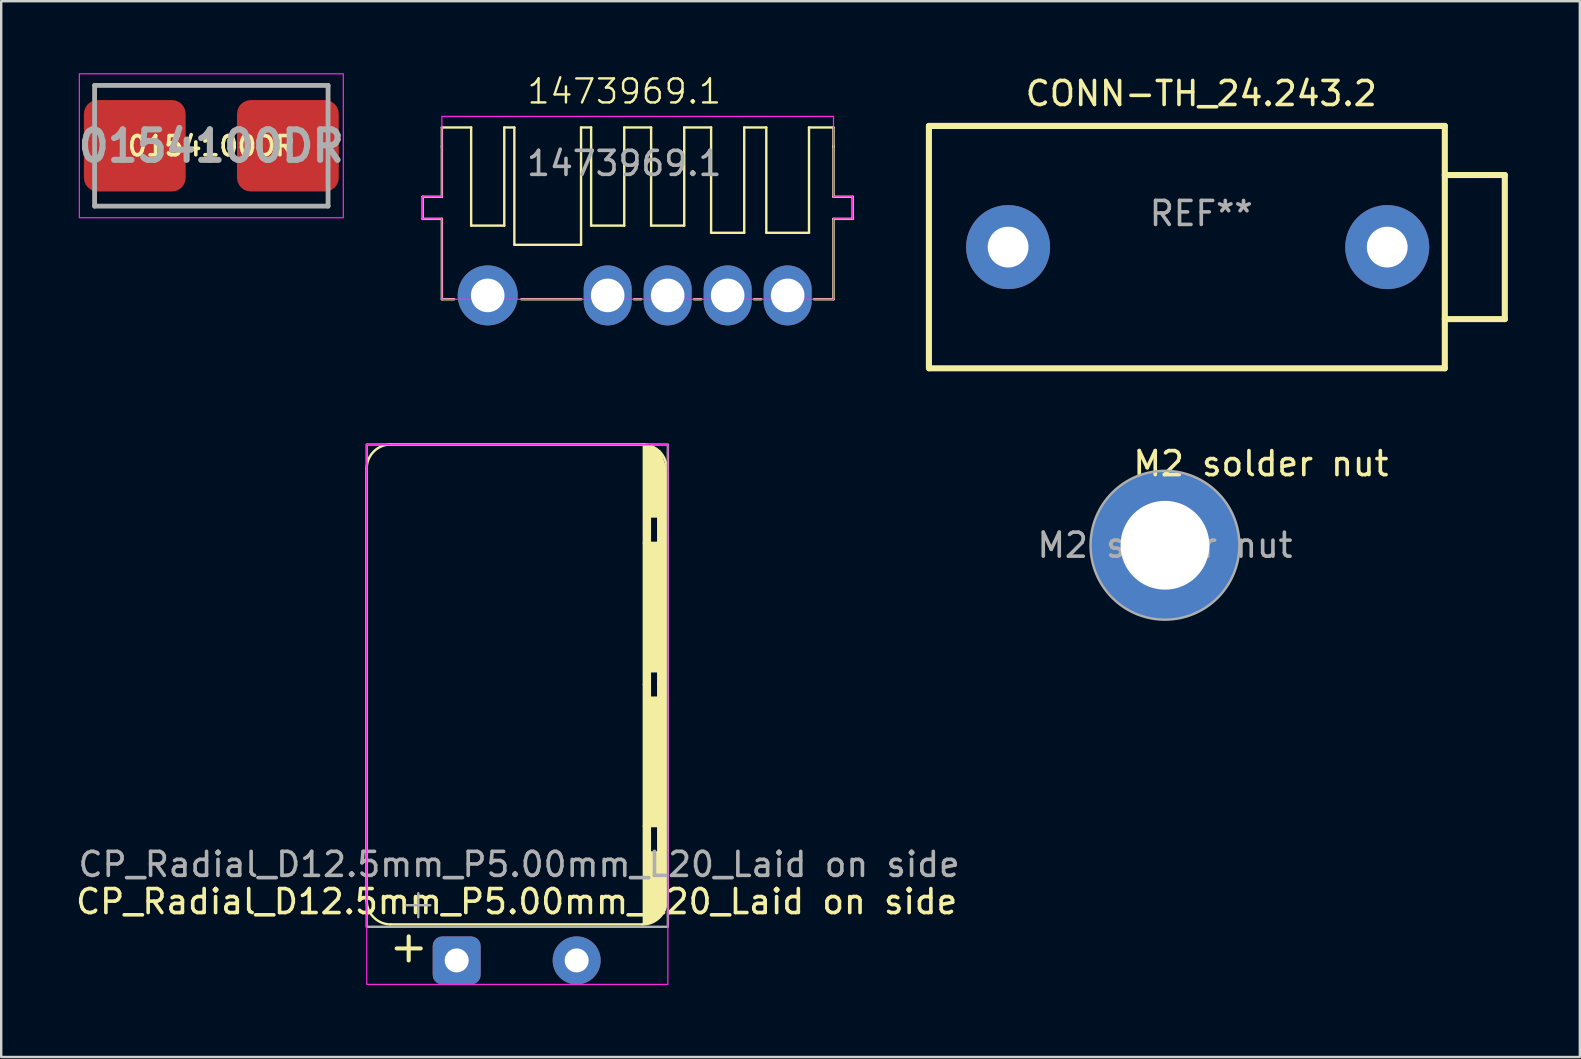
<source format=kicad_pcb>
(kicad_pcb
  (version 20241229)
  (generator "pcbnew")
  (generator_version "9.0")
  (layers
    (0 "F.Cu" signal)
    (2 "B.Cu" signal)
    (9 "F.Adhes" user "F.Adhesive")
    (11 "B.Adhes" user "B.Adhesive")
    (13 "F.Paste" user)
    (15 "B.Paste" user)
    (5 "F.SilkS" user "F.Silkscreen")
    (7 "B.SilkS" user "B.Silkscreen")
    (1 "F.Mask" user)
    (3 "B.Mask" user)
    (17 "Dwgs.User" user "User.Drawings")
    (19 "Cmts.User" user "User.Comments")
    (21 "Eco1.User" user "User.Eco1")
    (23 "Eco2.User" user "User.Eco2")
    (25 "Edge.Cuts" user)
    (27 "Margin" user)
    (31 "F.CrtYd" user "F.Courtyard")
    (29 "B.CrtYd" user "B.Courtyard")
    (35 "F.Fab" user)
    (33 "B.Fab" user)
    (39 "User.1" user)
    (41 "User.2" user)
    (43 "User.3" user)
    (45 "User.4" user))
  (footprint "M2 solder nut"
    (layer "F.Cu")
    (at 45.499 19.673)
    (property "Reference" "M2 solder nut" (at 4 -3.4 0) (unlocked yes) (layer "F.SilkS") (effects (font (size 1 1) (thickness 0.15))))
    (attr smd)
    (fp_poly (pts (arc (start -2.95804 -0.5) (mid -2.12132 -2.12132) (end -0.5 -2.95804)) (arc (start -0.5 -1.936492) (mid -1.414214 -1.414214) (end -1.936492 -0.5))) (stroke (width 0.2) (type solid)) (fill yes) (layer "F.Paste"))
    (fp_poly (pts (arc (start -2.95804 0.5) (mid -2.12132 2.12132) (end -0.5 2.95804)) (arc (start -0.5 1.936492) (mid -1.414214 1.414214) (end -1.936492 0.5))) (stroke (width 0.2) (type solid)) (fill yes) (layer "F.Paste"))
    (fp_poly (pts (arc (start 2.95804 -0.5) (mid 2.12132 -2.12132) (end 0.5 -2.95804)) (arc (start 0.5 -1.936492) (mid 1.414214 -1.414214) (end 1.936492 -0.5))) (stroke (width 0.2) (type solid)) (fill yes) (layer "F.Paste"))
    (fp_poly (pts (arc (start 2.95804 0.5) (mid 2.12132 2.12132) (end 0.5 2.95804)) (arc (start 0.5 1.936492) (mid 1.414214 1.414214) (end 1.936492 0.5))) (stroke (width 0.2) (type solid)) (fill yes) (layer "F.Paste"))
    (fp_circle (center 0 0) (end 3.1 0.1) (stroke (width 0.1) (type default)) (fill no) (layer "F.Fab"))
    (fp_text user "${REFERENCE}" (at 0 0 0) (unlocked yes) (layer "F.Fab") (effects (font (size 1 1) (thickness 0.15))))
    (pad "1" thru_hole circle (at 0 0) (size 6.2 6.2) (drill 3.7) (property pad_prop_heatsink) (layers "*.Cu" "*.Mask")))
  (footprint "CP_Radial_D12.5mm_P5.00mm_L20_Laid on side"
    (layer "F.Cu")
    (at 15.982 36.975)
    (property "Reference" "CP_Radial_D12.5mm_P5.00mm_L20_Laid on side" (at 2.5 -2.45 0) (layer "F.SilkS") (effects (font (size 1 1) (thickness 0.15))))
    (attr through_hole)
    (fp_line (start -3.75 -2.5) (end -3.75 -20.5) (stroke (width 0.1) (type default)) (layer "F.SilkS"))
    (fp_line (start -2.75 -21.5) (end 7.75 -21.5) (stroke (width 0.1) (type default)) (layer "F.SilkS"))
    (fp_line (start -2.5 -0.5) (end -1.5 -0.5) (stroke (width 0.17) (type solid)) (layer "F.SilkS"))
    (fp_line (start -2 -1) (end -2 0) (stroke (width 0.17) (type solid)) (layer "F.SilkS"))
    (fp_line (start 7.75 -1.5) (end -2.75 -1.5) (stroke (width 0.1) (type default)) (layer "F.SilkS"))
    (fp_line (start 8.75 -20.5) (end 8.75 -2.5) (stroke (width 0.1) (type default)) (layer "F.SilkS"))
    (fp_arc (start -3.75 -20.5) (mid -3.457107 -21.207107) (end -2.75 -21.5) (stroke (width 0.1) (type default)) (layer "F.SilkS"))
    (fp_arc (start -2.75 -1.5) (mid -3.457107 -1.792893) (end -3.75 -2.5) (stroke (width 0.1) (type default)) (layer "F.SilkS"))
    (fp_arc (start 7.75 -21.5) (mid 8.457107 -21.207107) (end 8.75 -20.5) (stroke (width 0.1) (type default)) (layer "F.SilkS"))
    (fp_arc (start 8.75 -2.5) (mid 8.457107 -1.792893) (end 7.75 -1.5) (stroke (width 0.1) (type default)) (layer "F.SilkS"))
    (fp_poly (pts (xy 8.05 -11.5) (xy 8.05 -12.05) (xy 8.4 -12.05) (xy 8.4 -11.5) (xy 8.7 -11.5) (xy 8.7 -17.4) (xy 7.8 -17.4) (xy 7.8 -11.5)) (stroke (width 0.1) (type solid)) (fill yes) (layer "F.SilkS"))
    (fp_poly (pts (xy 8.05 -11.5) (xy 8.05 -10.95) (xy 8.4 -10.95) (xy 8.4 -11.5) (xy 8.7 -11.5) (xy 8.7 -5.6) (xy 7.8 -5.6) (xy 7.8 -11.5)) (stroke (width 0.1) (type solid)) (fill yes) (layer "F.SilkS"))
    (fp_poly (pts (xy 8.4 -17.4) (xy 8.7 -17.4) (xy 8.7 -20.5) (xy 8.457 -21.207) (xy 7.8 -21.5) (xy 7.8 -17.4) (xy 8.05 -17.4) (xy 8.05 -18.5) (xy 8.4 -18.5)) (stroke (width 0.1) (type solid)) (fill yes) (layer "F.SilkS"))
    (fp_poly (pts (xy 8.4 -5.6) (xy 8.7 -5.6) (xy 8.7 -2.5) (xy 8.65 -2.1) (xy 8.3 -1.7) (xy 7.8 -1.55) (xy 7.8 -5.6) (xy 8.05 -5.6) (xy 8.05 -4.5) (xy 8.4 -4.5)) (stroke (width 0.1) (type solid)) (fill yes) (layer "F.SilkS"))
    (fp_rect (start -3.75 -21.5) (end 8.8 1) (stroke (width 0.05) (type default)) (fill no) (layer "F.CrtYd"))
    (fp_line (start -2.1 -2.3) (end -1.1 -2.3) (stroke (width 0.1) (type solid)) (layer "F.Fab"))
    (fp_line (start -1.6 -2.8) (end -1.6 -1.8) (stroke (width 0.1) (type solid)) (layer "F.Fab"))
    (fp_rect (start -3.75 -21.5) (end 8.8 -1.4) (stroke (width 0.1) (type default)) (fill no) (layer "F.Fab"))
    (fp_text user "${REFERENCE}" (at 2.6 -4 0) (layer "F.Fab") (effects (font (size 1 1) (thickness 0.15))))
    (pad "1" thru_hole roundrect (at 0 0) (size 2 2) (drill 1) (layers "*.Cu" "*.Mask") (roundrect_rratio 0.2))
    (pad "2" thru_hole circle (at 5 0) (size 2 2) (drill 1) (layers "*.Cu" "*.Mask")))
  (footprint "1473969.1"
    (layer "F.Cu")
    (at 17.275 9.261)
    (property "Reference" "1473969.1" (at 5.69 -8.5 0) (unlocked yes) (layer "F.SilkS") (effects (font (size 1 1) (thickness 0.1))))
    (attr through_hole)
    (fp_line (start -2.71 -4.11) (end -1.91 -4.11) (stroke (width 0.1) (type default)) (layer "F.SilkS"))
    (fp_line (start -2.71 -3.19) (end -2.71 -4.11) (stroke (width 0.1) (type default)) (layer "F.SilkS"))
    (fp_line (start -1.91 -7) (end -0.69 -7) (stroke (width 0.1) (type default)) (layer "F.SilkS"))
    (fp_line (start -1.91 -6.2) (end -1.91 -7) (stroke (width 0.1) (type default)) (layer "F.SilkS"))
    (fp_line (start -1.91 -4.11) (end -1.91 -6.2) (stroke (width 0.1) (type default)) (layer "F.SilkS"))
    (fp_line (start -1.91 -3.19) (end -2.71 -3.19) (stroke (width 0.1) (type default)) (layer "F.SilkS"))
    (fp_line (start -1.91 0.16) (end -1.91 -3.19) (stroke (width 0.1) (type default)) (layer "F.SilkS"))
    (fp_line (start -1.4 0.16) (end -1.91 0.16) (stroke (width 0.1) (type default)) (layer "F.SilkS"))
    (fp_line (start -0.69 -7) (end -0.69 -2.91) (stroke (width 0.1) (type default)) (layer "F.SilkS"))
    (fp_line (start -0.69 -2.91) (end 0.69 -2.91) (stroke (width 0.1) (type default)) (layer "F.SilkS"))
    (fp_line (start 0.69 -7) (end 1.11 -7) (stroke (width 0.1) (type default)) (layer "F.SilkS"))
    (fp_line (start 0.69 -2.91) (end 0.69 -7) (stroke (width 0.1) (type default)) (layer "F.SilkS"))
    (fp_line (start 1.11 -7) (end 1.11 -2.11) (stroke (width 0.1) (type default)) (layer "F.SilkS"))
    (fp_line (start 1.11 -2.11) (end 3.89 -2.11) (stroke (width 0.1) (type default)) (layer "F.SilkS"))
    (fp_line (start 3.89 -7) (end 4.31 -7) (stroke (width 0.1) (type default)) (layer "F.SilkS"))
    (fp_line (start 3.89 -2.11) (end 3.89 -7) (stroke (width 0.1) (type default)) (layer "F.SilkS"))
    (fp_line (start 3.9 0.16) (end 1.4 0.16) (stroke (width 0.1) (type default)) (layer "F.SilkS"))
    (fp_line (start 4.31 -7) (end 4.31 -2.91) (stroke (width 0.1) (type default)) (layer "F.SilkS"))
    (fp_line (start 4.31 -2.91) (end 5.69 -2.91) (stroke (width 0.1) (type default)) (layer "F.SilkS"))
    (fp_line (start 5.69 -7) (end 6.81 -7) (stroke (width 0.1) (type default)) (layer "F.SilkS"))
    (fp_line (start 5.69 -2.91) (end 5.69 -7) (stroke (width 0.1) (type default)) (layer "F.SilkS"))
    (fp_line (start 6.4 0.16) (end 6.1 0.16) (stroke (width 0.1) (type default)) (layer "F.SilkS"))
    (fp_line (start 6.81 -7) (end 6.81 -2.91) (stroke (width 0.1) (type default)) (layer "F.SilkS"))
    (fp_line (start 6.81 -2.91) (end 8.19 -2.91) (stroke (width 0.1) (type default)) (layer "F.SilkS"))
    (fp_line (start 8.19 -7) (end 9.31 -7) (stroke (width 0.1) (type default)) (layer "F.SilkS"))
    (fp_line (start 8.19 -2.91) (end 8.19 -7) (stroke (width 0.1) (type default)) (layer "F.SilkS"))
    (fp_line (start 8.9 0.16) (end 8.6 0.16) (stroke (width 0.1) (type default)) (layer "F.SilkS"))
    (fp_line (start 9.31 -7) (end 9.31 -2.61) (stroke (width 0.1) (type default)) (layer "F.SilkS"))
    (fp_line (start 9.31 -2.61) (end 10.69 -2.61) (stroke (width 0.1) (type default)) (layer "F.SilkS"))
    (fp_line (start 10.69 -2.61) (end 10.69 -7) (stroke (width 0.1) (type default)) (layer "F.SilkS"))
    (fp_line (start 11.4 0.16) (end 11.1 0.16) (stroke (width 0.1) (type default)) (layer "F.SilkS"))
    (fp_line (start 11.61 -7) (end 10.69 -7) (stroke (width 0.1) (type default)) (layer "F.SilkS"))
    (fp_line (start 11.61 -7) (end 11.61 -2.61) (stroke (width 0.1) (type default)) (layer "F.SilkS"))
    (fp_line (start 11.61 -2.61) (end 13.39 -2.61) (stroke (width 0.1) (type default)) (layer "F.SilkS"))
    (fp_line (start 13.39 -7) (end 14.41 -7) (stroke (width 0.1) (type default)) (layer "F.SilkS"))
    (fp_line (start 13.39 -2.61) (end 13.39 -7) (stroke (width 0.1) (type default)) (layer "F.SilkS"))
    (fp_line (start 14.41 -7) (end 14.41 -6.2) (stroke (width 0.1) (type default)) (layer "F.SilkS"))
    (fp_line (start 14.41 -6.2) (end 14.41 -4.11) (stroke (width 0.1) (type default)) (layer "F.SilkS"))
    (fp_line (start 14.41 -4.11) (end 15.21 -4.11) (stroke (width 0.1) (type default)) (layer "F.SilkS"))
    (fp_line (start 14.41 -3.19) (end 14.41 0.16) (stroke (width 0.1) (type default)) (layer "F.SilkS"))
    (fp_line (start 14.41 0.16) (end 13.6 0.16) (stroke (width 0.1) (type default)) (layer "F.SilkS"))
    (fp_line (start 15.21 -4.11) (end 15.21 -3.19) (stroke (width 0.1) (type default)) (layer "F.SilkS"))
    (fp_line (start 15.21 -3.19) (end 14.41 -3.19) (stroke (width 0.1) (type default)) (layer "F.SilkS"))
    (fp_line (start -2.71 -4.11) (end -2.71 -3.19) (stroke (width 0.05) (type default)) (layer "F.CrtYd"))
    (fp_line (start -2.71 -3.19) (end -1.91 -3.19) (stroke (width 0.05) (type default)) (layer "F.CrtYd"))
    (fp_line (start -1.91 -7.46) (end -1.91 -4.11) (stroke (width 0.05) (type default)) (layer "F.CrtYd"))
    (fp_line (start -1.91 -4.11) (end -2.71 -4.11) (stroke (width 0.05) (type default)) (layer "F.CrtYd"))
    (fp_line (start -1.91 -3.19) (end -1.91 0.16) (stroke (width 0.05) (type default)) (layer "F.CrtYd"))
    (fp_line (start -1.91 0.16) (end 14.41 0.16) (stroke (width 0.05) (type default)) (layer "F.CrtYd"))
    (fp_line (start 14.41 -7.46) (end -1.91 -7.46) (stroke (width 0.05) (type default)) (layer "F.CrtYd"))
    (fp_line (start 14.41 -4.11) (end 14.41 -7.46) (stroke (width 0.05) (type default)) (layer "F.CrtYd"))
    (fp_line (start 14.41 -3.19) (end 15.21 -3.19) (stroke (width 0.05) (type default)) (layer "F.CrtYd"))
    (fp_line (start 14.41 0.16) (end 14.41 -3.19) (stroke (width 0.05) (type default)) (layer "F.CrtYd"))
    (fp_line (start 15.21 -4.11) (end 14.41 -4.11) (stroke (width 0.05) (type default)) (layer "F.CrtYd"))
    (fp_line (start 15.21 -3.19) (end 15.21 -4.11) (stroke (width 0.05) (type default)) (layer "F.CrtYd"))
    (fp_text user "${REFERENCE}" (at 5.69 -5.5 0) (unlocked yes) (layer "F.Fab") (effects (font (size 1 1) (thickness 0.15))))
    (pad "1" thru_hole circle (at 0 0) (size 2.5 2.5) (drill 1.4) (layers "*.Cu" "*.Mask"))
    (pad "2" thru_hole oval (at 5 0) (size 2 2.5) (drill 1.4) (layers "*.Cu" "*.Mask"))
    (pad "3" thru_hole oval (at 7.5 0) (size 2 2.5) (drill 1.4) (layers "*.Cu" "*.Mask"))
    (pad "4" thru_hole oval (at 10 0) (size 2 2.5) (drill 1.4) (layers "*.Cu" "*.Mask"))
    (pad "5" thru_hole oval (at 12.5 0) (size 2 2.5) (drill 1.4) (layers "*.Cu" "*.Mask")))
  (footprint "0154100DR"
    (layer "F.Cu")
    (at 5.757 3.025)
    (property "Reference" "0154100DR" (at 0 0.012 0) (layer "F.SilkS") (effects (font (size 0.8 0.8) (thickness 0.15) (bold yes))))
    (attr smd)
    (fp_line (start -4.865 -2.515) (end 4.865 -2.515) (stroke (width 0.1) (type solid)) (layer "F.SilkS"))
    (fp_line (start -4.865 2.54) (end 4.865 2.515) (stroke (width 0.1) (type solid)) (layer "F.SilkS"))
    (fp_rect (start -5.5 -3) (end 5.5 3) (stroke (width 0.05) (type default)) (fill no) (layer "F.CrtYd"))
    (fp_line (start -4.865 -2.515) (end 4.865 -2.515) (stroke (width 0.2) (type solid)) (layer "F.Fab"))
    (fp_line (start -4.865 2.515) (end -4.865 -2.515) (stroke (width 0.2) (type solid)) (layer "F.Fab"))
    (fp_line (start 4.865 -2.515) (end 4.865 2.515) (stroke (width 0.2) (type solid)) (layer "F.Fab"))
    (fp_line (start 4.865 2.515) (end -4.865 2.515) (stroke (width 0.2) (type solid)) (layer "F.Fab"))
    (fp_text user "${REFERENCE}" (at 0 0.012 0) (layer "F.Fab") (effects (font (size 1.27 1.27) (thickness 0.254))))
    (pad "1" smd roundrect (at -3.19 0 90) (size 3.81 4.24) (layers "F.Cu" "F.Mask" "F.Paste") (roundrect_rratio 0.15))
    (pad "2" smd roundrect (at 3.19 0 90) (size 3.81 4.24) (layers "F.Cu" "F.Mask" "F.Paste") (roundrect_rratio 0.15)))
  (footprint "CONN-TH_24.243.2"
    (layer "F.Cu")
    (at 46.862 7.248)
    (property "Reference" "CONN-TH_24.243.2" (at 0.15 -6.4 0) (layer "F.SilkS") (effects (font (size 1 1) (thickness 0.15))))
    (attr through_hole)
    (fp_line (start -11.2 -5.05) (end 10.3 -5.05) (stroke (width 0.254) (type solid)) (layer "F.SilkS"))
    (fp_line (start -11.2 5.05) (end -11.2 -5.05) (stroke (width 0.254) (type solid)) (layer "F.SilkS"))
    (fp_line (start 10.3 -5.05) (end 10.3 5.05) (stroke (width 0.254) (type solid)) (layer "F.SilkS"))
    (fp_line (start 10.3 -3.003) (end 12.8 -3.003) (stroke (width 0.254) (type solid)) (layer "F.SilkS"))
    (fp_line (start 10.3 5.05) (end -11.17 5.05) (stroke (width 0.254) (type solid)) (layer "F.SilkS"))
    (fp_line (start 12.8 -3.003) (end 12.8 3) (stroke (width 0.254) (type solid)) (layer "F.SilkS"))
    (fp_line (start 12.8 3) (end 10.3 3) (stroke (width 0.254) (type solid)) (layer "F.SilkS"))
    (fp_circle (center -11.2 5.05) (end -11.17 5.05) (stroke (width 0.06) (type solid)) (fill no) (layer "F.SilkS"))
    (fp_text user "REF**" (at 0.15 -1.4 0) (layer "F.Fab") (effects (font (size 1 1) (thickness 0.15))))
    (pad "1" thru_hole circle (at -7.9 0) (size 3.5 3.5) (drill 1.7) (layers "*.Cu" "*.Mask"))
    (pad "1" thru_hole circle (at 7.9 0) (size 3.5 3.5) (drill 1.7) (layers "*.Cu" "*.Mask")))
  (gr_rect
    (start -3 -3)
    (end 62.789 41)
    (stroke (width 0.1) (type default))
    (fill no)
    (layer "Edge.Cuts")))
</source>
